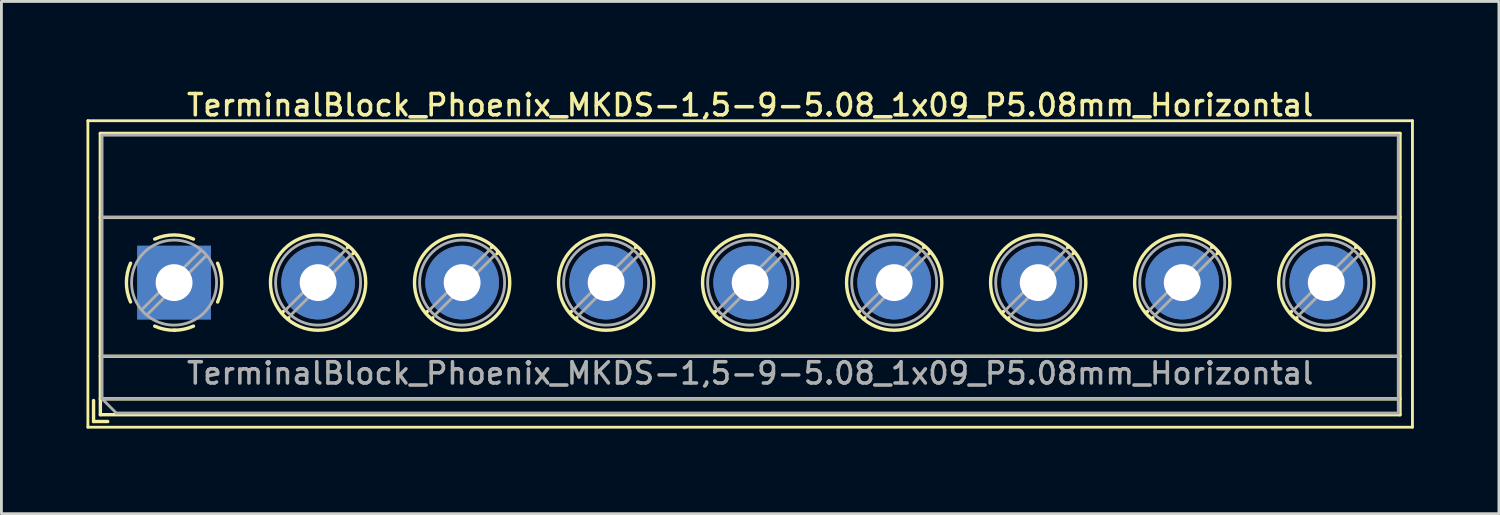
<source format=kicad_pcb>
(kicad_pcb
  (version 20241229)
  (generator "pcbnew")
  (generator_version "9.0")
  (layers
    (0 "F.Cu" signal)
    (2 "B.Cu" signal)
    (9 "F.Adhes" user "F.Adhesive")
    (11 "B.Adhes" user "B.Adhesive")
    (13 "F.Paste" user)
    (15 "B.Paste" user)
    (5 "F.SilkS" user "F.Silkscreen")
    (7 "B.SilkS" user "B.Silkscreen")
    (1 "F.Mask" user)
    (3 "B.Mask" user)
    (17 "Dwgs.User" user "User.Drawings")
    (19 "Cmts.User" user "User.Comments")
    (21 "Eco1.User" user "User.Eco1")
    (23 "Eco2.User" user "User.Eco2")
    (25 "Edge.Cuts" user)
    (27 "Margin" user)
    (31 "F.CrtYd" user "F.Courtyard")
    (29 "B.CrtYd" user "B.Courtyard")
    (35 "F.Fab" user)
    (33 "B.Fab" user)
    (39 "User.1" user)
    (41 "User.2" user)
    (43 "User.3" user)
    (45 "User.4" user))
  (footprint "TerminalBlock_Phoenix_MKDS-1,5-9-5.08_1x09_P5.08mm_Horizontal"
    (layer "F.Cu")
    (at 3.09 6.918)
    (property "Reference" "TerminalBlock_Phoenix_MKDS-1,5-9-5.08_1x09_P5.08mm_Horizontal" (at 20.32 -6.26 0) (layer "F.SilkS") (effects (font (size 0.75 0.75) (thickness 0.125))))
    (attr through_hole)
    (fp_line (start -3.04 -5.71) (end -3.04 5.1) (stroke (width 0.1) (type solid)) (layer "F.SilkS"))
    (fp_line (start -3.04 5.1) (end 43.68 5.1) (stroke (width 0.1) (type solid)) (layer "F.SilkS"))
    (fp_line (start -2.84 4.16) (end -2.84 4.9) (stroke (width 0.12) (type solid)) (layer "F.SilkS"))
    (fp_line (start -2.84 4.9) (end -2.34 4.9) (stroke (width 0.12) (type solid)) (layer "F.SilkS"))
    (fp_line (start -2.6 -5.261) (end -2.6 4.66) (stroke (width 0.12) (type solid)) (layer "F.SilkS"))
    (fp_line (start -2.6 -5.261) (end 43.24 -5.261) (stroke (width 0.12) (type solid)) (layer "F.SilkS"))
    (fp_line (start -2.6 -2.301) (end 43.24 -2.301) (stroke (width 0.12) (type solid)) (layer "F.SilkS"))
    (fp_line (start -2.6 2.6) (end 43.24 2.6) (stroke (width 0.12) (type solid)) (layer "F.SilkS"))
    (fp_line (start -2.6 4.1) (end 43.24 4.1) (stroke (width 0.12) (type solid)) (layer "F.SilkS"))
    (fp_line (start -2.6 4.66) (end 43.24 4.66) (stroke (width 0.12) (type solid)) (layer "F.SilkS"))
    (fp_line (start 3.853 1.023) (end 3.806 1.069) (stroke (width 0.12) (type solid)) (layer "F.SilkS"))
    (fp_line (start 4.046 1.239) (end 4.011 1.274) (stroke (width 0.12) (type solid)) (layer "F.SilkS"))
    (fp_line (start 6.15 -1.275) (end 6.115 -1.239) (stroke (width 0.12) (type solid)) (layer "F.SilkS"))
    (fp_line (start 6.355 -1.069) (end 6.308 -1.023) (stroke (width 0.12) (type solid)) (layer "F.SilkS"))
    (fp_line (start 8.933 1.023) (end 8.886 1.069) (stroke (width 0.12) (type solid)) (layer "F.SilkS"))
    (fp_line (start 9.126 1.239) (end 9.091 1.274) (stroke (width 0.12) (type solid)) (layer "F.SilkS"))
    (fp_line (start 11.23 -1.275) (end 11.195 -1.239) (stroke (width 0.12) (type solid)) (layer "F.SilkS"))
    (fp_line (start 11.435 -1.069) (end 11.388 -1.023) (stroke (width 0.12) (type solid)) (layer "F.SilkS"))
    (fp_line (start 14.013 1.023) (end 13.966 1.069) (stroke (width 0.12) (type solid)) (layer "F.SilkS"))
    (fp_line (start 14.206 1.239) (end 14.171 1.274) (stroke (width 0.12) (type solid)) (layer "F.SilkS"))
    (fp_line (start 16.31 -1.275) (end 16.275 -1.239) (stroke (width 0.12) (type solid)) (layer "F.SilkS"))
    (fp_line (start 16.515 -1.069) (end 16.468 -1.023) (stroke (width 0.12) (type solid)) (layer "F.SilkS"))
    (fp_line (start 19.093 1.023) (end 19.046 1.069) (stroke (width 0.12) (type solid)) (layer "F.SilkS"))
    (fp_line (start 19.286 1.239) (end 19.251 1.274) (stroke (width 0.12) (type solid)) (layer "F.SilkS"))
    (fp_line (start 21.39 -1.275) (end 21.355 -1.239) (stroke (width 0.12) (type solid)) (layer "F.SilkS"))
    (fp_line (start 21.595 -1.069) (end 21.548 -1.023) (stroke (width 0.12) (type solid)) (layer "F.SilkS"))
    (fp_line (start 24.173 1.023) (end 24.126 1.069) (stroke (width 0.12) (type solid)) (layer "F.SilkS"))
    (fp_line (start 24.366 1.239) (end 24.331 1.274) (stroke (width 0.12) (type solid)) (layer "F.SilkS"))
    (fp_line (start 26.47 -1.275) (end 26.435 -1.239) (stroke (width 0.12) (type solid)) (layer "F.SilkS"))
    (fp_line (start 26.675 -1.069) (end 26.628 -1.023) (stroke (width 0.12) (type solid)) (layer "F.SilkS"))
    (fp_line (start 29.253 1.023) (end 29.206 1.069) (stroke (width 0.12) (type solid)) (layer "F.SilkS"))
    (fp_line (start 29.446 1.239) (end 29.411 1.274) (stroke (width 0.12) (type solid)) (layer "F.SilkS"))
    (fp_line (start 31.55 -1.275) (end 31.515 -1.239) (stroke (width 0.12) (type solid)) (layer "F.SilkS"))
    (fp_line (start 31.755 -1.069) (end 31.708 -1.023) (stroke (width 0.12) (type solid)) (layer "F.SilkS"))
    (fp_line (start 34.333 1.023) (end 34.286 1.069) (stroke (width 0.12) (type solid)) (layer "F.SilkS"))
    (fp_line (start 34.526 1.239) (end 34.491 1.274) (stroke (width 0.12) (type solid)) (layer "F.SilkS"))
    (fp_line (start 36.63 -1.275) (end 36.595 -1.239) (stroke (width 0.12) (type solid)) (layer "F.SilkS"))
    (fp_line (start 36.835 -1.069) (end 36.788 -1.023) (stroke (width 0.12) (type solid)) (layer "F.SilkS"))
    (fp_line (start 39.413 1.023) (end 39.366 1.069) (stroke (width 0.12) (type solid)) (layer "F.SilkS"))
    (fp_line (start 39.606 1.239) (end 39.571 1.274) (stroke (width 0.12) (type solid)) (layer "F.SilkS"))
    (fp_line (start 41.71 -1.275) (end 41.675 -1.239) (stroke (width 0.12) (type solid)) (layer "F.SilkS"))
    (fp_line (start 41.915 -1.069) (end 41.868 -1.023) (stroke (width 0.12) (type solid)) (layer "F.SilkS"))
    (fp_line (start 43.24 -5.261) (end 43.24 4.66) (stroke (width 0.12) (type solid)) (layer "F.SilkS"))
    (fp_line (start 43.68 -5.71) (end -3.04 -5.71) (stroke (width 0.1) (type solid)) (layer "F.SilkS"))
    (fp_line (start 43.68 5.1) (end 43.68 -5.71) (stroke (width 0.1) (type solid)) (layer "F.SilkS"))
    (fp_arc (start -1.535427 0.683042) (mid -1.680501 -0.000524) (end -1.535 -0.684) (stroke (width 0.12) (type solid)) (layer "F.SilkS"))
    (fp_arc (start -0.683042 -1.535427) (mid 0.000524 -1.680501) (end 0.684 -1.535) (stroke (width 0.12) (type solid)) (layer "F.SilkS"))
    (fp_arc (start 0.028805 1.680253) (mid -0.335551 1.646659) (end -0.684 1.535) (stroke (width 0.12) (type solid)) (layer "F.SilkS"))
    (fp_arc (start 0.683318 1.534756) (mid 0.349292 1.643288) (end 0 1.68) (stroke (width 0.12) (type solid)) (layer "F.SilkS"))
    (fp_arc (start 1.535427 -0.683042) (mid 1.680501 0.000524) (end 1.535 0.684) (stroke (width 0.12) (type solid)) (layer "F.SilkS"))
    (fp_circle (center 5.08 0) (end 6.76 0) (stroke (width 0.12) (type solid)) (fill no) (layer "F.SilkS"))
    (fp_circle (center 10.16 0) (end 11.84 0) (stroke (width 0.12) (type solid)) (fill no) (layer "F.SilkS"))
    (fp_circle (center 15.24 0) (end 16.92 0) (stroke (width 0.12) (type solid)) (fill no) (layer "F.SilkS"))
    (fp_circle (center 20.32 0) (end 22 0) (stroke (width 0.12) (type solid)) (fill no) (layer "F.SilkS"))
    (fp_circle (center 25.4 0) (end 27.08 0) (stroke (width 0.12) (type solid)) (fill no) (layer "F.SilkS"))
    (fp_circle (center 30.48 0) (end 32.16 0) (stroke (width 0.12) (type solid)) (fill no) (layer "F.SilkS"))
    (fp_circle (center 35.56 0) (end 37.24 0) (stroke (width 0.12) (type solid)) (fill no) (layer "F.SilkS"))
    (fp_circle (center 40.64 0) (end 42.32 0) (stroke (width 0.12) (type solid)) (fill no) (layer "F.SilkS"))
    (fp_line (start -2.54 -5.2) (end 43.18 -5.2) (stroke (width 0.1) (type solid)) (layer "F.Fab"))
    (fp_line (start -2.54 -2.3) (end 43.18 -2.3) (stroke (width 0.1) (type solid)) (layer "F.Fab"))
    (fp_line (start -2.54 2.6) (end 43.18 2.6) (stroke (width 0.1) (type solid)) (layer "F.Fab"))
    (fp_line (start -2.54 4.1) (end -2.54 -5.2) (stroke (width 0.1) (type solid)) (layer "F.Fab"))
    (fp_line (start -2.54 4.1) (end 43.18 4.1) (stroke (width 0.1) (type solid)) (layer "F.Fab"))
    (fp_line (start -2.04 4.6) (end -2.54 4.1) (stroke (width 0.1) (type solid)) (layer "F.Fab"))
    (fp_line (start 0.955 -1.138) (end -1.138 0.955) (stroke (width 0.1) (type solid)) (layer "F.Fab"))
    (fp_line (start 1.138 -0.955) (end -0.955 1.138) (stroke (width 0.1) (type solid)) (layer "F.Fab"))
    (fp_line (start 6.035 -1.138) (end 3.943 0.955) (stroke (width 0.1) (type solid)) (layer "F.Fab"))
    (fp_line (start 6.218 -0.955) (end 4.126 1.138) (stroke (width 0.1) (type solid)) (layer "F.Fab"))
    (fp_line (start 11.115 -1.138) (end 9.023 0.955) (stroke (width 0.1) (type solid)) (layer "F.Fab"))
    (fp_line (start 11.298 -0.955) (end 9.206 1.138) (stroke (width 0.1) (type solid)) (layer "F.Fab"))
    (fp_line (start 16.195 -1.138) (end 14.103 0.955) (stroke (width 0.1) (type solid)) (layer "F.Fab"))
    (fp_line (start 16.378 -0.955) (end 14.286 1.138) (stroke (width 0.1) (type solid)) (layer "F.Fab"))
    (fp_line (start 21.275 -1.138) (end 19.183 0.955) (stroke (width 0.1) (type solid)) (layer "F.Fab"))
    (fp_line (start 21.458 -0.955) (end 19.366 1.138) (stroke (width 0.1) (type solid)) (layer "F.Fab"))
    (fp_line (start 26.355 -1.138) (end 24.263 0.955) (stroke (width 0.1) (type solid)) (layer "F.Fab"))
    (fp_line (start 26.538 -0.955) (end 24.446 1.138) (stroke (width 0.1) (type solid)) (layer "F.Fab"))
    (fp_line (start 31.435 -1.138) (end 29.343 0.955) (stroke (width 0.1) (type solid)) (layer "F.Fab"))
    (fp_line (start 31.618 -0.955) (end 29.526 1.138) (stroke (width 0.1) (type solid)) (layer "F.Fab"))
    (fp_line (start 36.515 -1.138) (end 34.423 0.955) (stroke (width 0.1) (type solid)) (layer "F.Fab"))
    (fp_line (start 36.698 -0.955) (end 34.606 1.138) (stroke (width 0.1) (type solid)) (layer "F.Fab"))
    (fp_line (start 41.595 -1.138) (end 39.503 0.955) (stroke (width 0.1) (type solid)) (layer "F.Fab"))
    (fp_line (start 41.778 -0.955) (end 39.686 1.138) (stroke (width 0.1) (type solid)) (layer "F.Fab"))
    (fp_line (start 43.18 -5.2) (end 43.18 4.6) (stroke (width 0.1) (type solid)) (layer "F.Fab"))
    (fp_line (start 43.18 4.6) (end -2.04 4.6) (stroke (width 0.1) (type solid)) (layer "F.Fab"))
    (fp_circle (center 0 0) (end 1.5 0) (stroke (width 0.1) (type solid)) (fill no) (layer "F.Fab"))
    (fp_circle (center 5.08 0) (end 6.58 0) (stroke (width 0.1) (type solid)) (fill no) (layer "F.Fab"))
    (fp_circle (center 10.16 0) (end 11.66 0) (stroke (width 0.1) (type solid)) (fill no) (layer "F.Fab"))
    (fp_circle (center 15.24 0) (end 16.74 0) (stroke (width 0.1) (type solid)) (fill no) (layer "F.Fab"))
    (fp_circle (center 20.32 0) (end 21.82 0) (stroke (width 0.1) (type solid)) (fill no) (layer "F.Fab"))
    (fp_circle (center 25.4 0) (end 26.9 0) (stroke (width 0.1) (type solid)) (fill no) (layer "F.Fab"))
    (fp_circle (center 30.48 0) (end 31.98 0) (stroke (width 0.1) (type solid)) (fill no) (layer "F.Fab"))
    (fp_circle (center 35.56 0) (end 37.06 0) (stroke (width 0.1) (type solid)) (fill no) (layer "F.Fab"))
    (fp_circle (center 40.64 0) (end 42.14 0) (stroke (width 0.1) (type solid)) (fill no) (layer "F.Fab"))
    (fp_text user "${REFERENCE}" (at 20.32 3.2 0) (layer "F.Fab") (effects (font (size 0.75 0.75) (thickness 0.125))))
    (pad "1" thru_hole rect (at 0 0) (size 2.6 2.6) (drill 1.3) (layers "*.Cu" "*.Mask"))
    (pad "2" thru_hole circle (at 5.08 0) (size 2.6 2.6) (drill 1.3) (layers "*.Cu" "*.Mask"))
    (pad "3" thru_hole circle (at 10.16 0) (size 2.6 2.6) (drill 1.3) (layers "*.Cu" "*.Mask"))
    (pad "4" thru_hole circle (at 15.24 0) (size 2.6 2.6) (drill 1.3) (layers "*.Cu" "*.Mask"))
    (pad "5" thru_hole circle (at 20.32 0) (size 2.6 2.6) (drill 1.3) (layers "*.Cu" "*.Mask"))
    (pad "6" thru_hole circle (at 25.4 0) (size 2.6 2.6) (drill 1.3) (layers "*.Cu" "*.Mask"))
    (pad "7" thru_hole circle (at 30.48 0) (size 2.6 2.6) (drill 1.3) (layers "*.Cu" "*.Mask"))
    (pad "8" thru_hole circle (at 35.56 0) (size 2.6 2.6) (drill 1.3) (layers "*.Cu" "*.Mask"))
    (pad "9" thru_hole circle (at 40.64 0) (size 2.6 2.6) (drill 1.3) (layers "*.Cu" "*.Mask")))
  (gr_rect
    (start -3 -3)
    (end 49.82 15.068)
    (stroke (width 0.1) (type default))
    (fill no)
    (layer "Edge.Cuts")))
</source>
